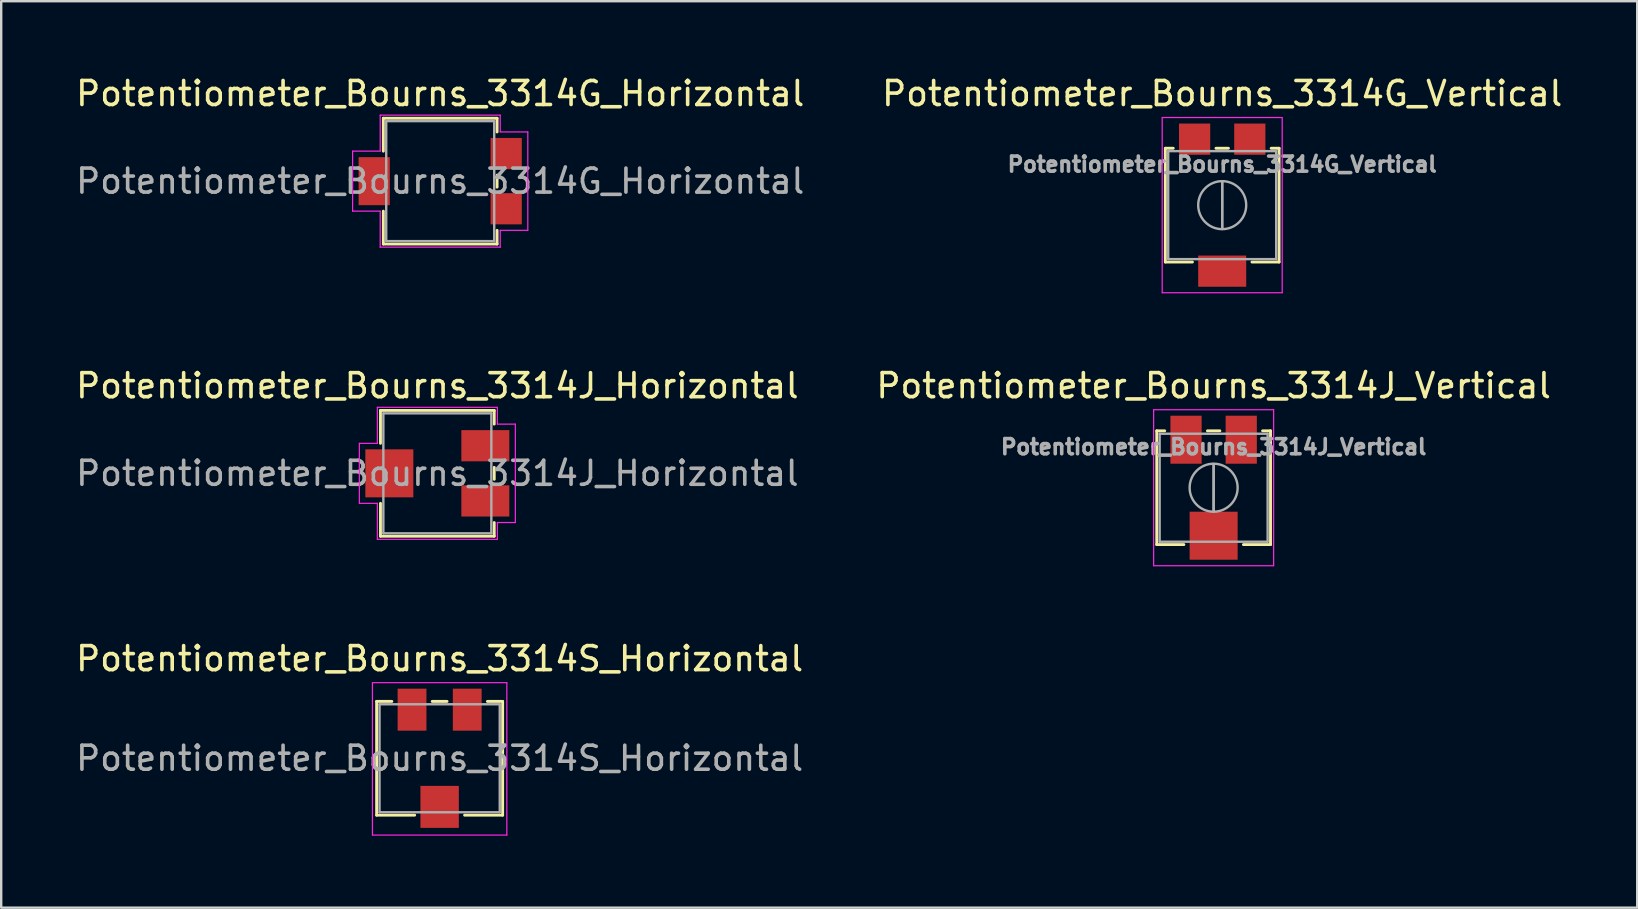
<source format=kicad_pcb>
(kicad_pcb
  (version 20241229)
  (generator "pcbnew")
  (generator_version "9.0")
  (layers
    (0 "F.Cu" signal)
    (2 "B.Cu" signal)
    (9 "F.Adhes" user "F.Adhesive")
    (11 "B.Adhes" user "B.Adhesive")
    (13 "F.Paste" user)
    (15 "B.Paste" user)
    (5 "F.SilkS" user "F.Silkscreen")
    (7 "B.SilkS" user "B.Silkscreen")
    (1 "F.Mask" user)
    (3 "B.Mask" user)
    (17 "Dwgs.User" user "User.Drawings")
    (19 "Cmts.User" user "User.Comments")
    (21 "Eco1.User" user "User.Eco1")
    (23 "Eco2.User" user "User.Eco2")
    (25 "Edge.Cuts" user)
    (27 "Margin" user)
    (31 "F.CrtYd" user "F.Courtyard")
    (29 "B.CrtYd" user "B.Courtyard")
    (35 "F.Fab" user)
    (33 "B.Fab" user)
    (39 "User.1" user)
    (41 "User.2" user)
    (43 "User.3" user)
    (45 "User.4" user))
  (footprint "Potentiometer_Bourns_3314G_Horizontal"
    (layer "F.Cu")
    (at 15.292 4.498)
    (property "Reference" "Potentiometer_Bourns_3314G_Horizontal" (at 0 -3.65 0) (layer "F.SilkS") (effects (font (size 1 1) (thickness 0.15))))
    (attr smd)
    (fp_line (start -2.37 -2.62) (end -2.37 -1.25) (stroke (width 0.12) (type solid)) (layer "F.SilkS"))
    (fp_line (start -2.37 -2.62) (end 2.37 -2.62) (stroke (width 0.12) (type solid)) (layer "F.SilkS"))
    (fp_line (start -2.37 1.25) (end -2.37 2.62) (stroke (width 0.12) (type solid)) (layer "F.SilkS"))
    (fp_line (start -2.37 2.62) (end 2.37 2.62) (stroke (width 0.12) (type solid)) (layer "F.SilkS"))
    (fp_line (start 2.37 -2.62) (end 2.37 -2.05) (stroke (width 0.12) (type solid)) (layer "F.SilkS"))
    (fp_line (start 2.37 -0.25) (end 2.37 0.25) (stroke (width 0.12) (type solid)) (layer "F.SilkS"))
    (fp_line (start 2.37 2.05) (end 2.37 2.62) (stroke (width 0.12) (type solid)) (layer "F.SilkS"))
    (fp_line (start -3.65 -1.25) (end -3.65 1.25) (stroke (width 0.05) (type solid)) (layer "F.CrtYd"))
    (fp_line (start -2.5 -1.25) (end -3.65 -1.25) (stroke (width 0.05) (type solid)) (layer "F.CrtYd"))
    (fp_line (start -2.5 -1.25) (end -2.5 -2.75) (stroke (width 0.05) (type solid)) (layer "F.CrtYd"))
    (fp_line (start -2.5 1.25) (end -3.65 1.25) (stroke (width 0.05) (type solid)) (layer "F.CrtYd"))
    (fp_line (start -2.5 2.75) (end -2.5 1.25) (stroke (width 0.05) (type solid)) (layer "F.CrtYd"))
    (fp_line (start -2.5 2.75) (end 2.5 2.75) (stroke (width 0.05) (type solid)) (layer "F.CrtYd"))
    (fp_line (start 2.5 -2.75) (end -2.5 -2.75) (stroke (width 0.05) (type solid)) (layer "F.CrtYd"))
    (fp_line (start 2.5 -2.05) (end 2.5 -2.75) (stroke (width 0.05) (type solid)) (layer "F.CrtYd"))
    (fp_line (start 2.5 2.75) (end 2.5 2.05) (stroke (width 0.05) (type solid)) (layer "F.CrtYd"))
    (fp_line (start 3.65 -2.05) (end 2.5 -2.05) (stroke (width 0.05) (type solid)) (layer "F.CrtYd"))
    (fp_line (start 3.65 2.05) (end 2.5 2.05) (stroke (width 0.05) (type solid)) (layer "F.CrtYd"))
    (fp_line (start 3.65 2.05) (end 3.65 -2.05) (stroke (width 0.05) (type solid)) (layer "F.CrtYd"))
    (fp_line (start -2.3 -0.24) (end -2.3 -0.24) (stroke (width 0.1) (type solid)) (layer "F.Fab"))
    (fp_line (start -2.25 -2.5) (end -2.25 2.5) (stroke (width 0.1) (type solid)) (layer "F.Fab"))
    (fp_line (start -2.25 2.5) (end 2.25 2.5) (stroke (width 0.1) (type solid)) (layer "F.Fab"))
    (fp_line (start 2.25 -2.5) (end -2.25 -2.5) (stroke (width 0.1) (type solid)) (layer "F.Fab"))
    (fp_line (start 2.25 2.5) (end 2.25 -2.5) (stroke (width 0.1) (type solid)) (layer "F.Fab"))
    (fp_text user "${REFERENCE}" (at 0 0 0) (layer "F.Fab") (effects (font (size 1 1) (thickness 0.15))))
    (pad "1" smd rect (at 2.75 -1.15) (size 1.3 1.3) (layers "F.Cu" "F.Mask" "F.Paste"))
    (pad "2" smd rect (at -2.75 0) (size 1.3 2) (layers "F.Cu" "F.Mask" "F.Paste"))
    (pad "3" smd rect (at 2.75 1.15) (size 1.3 1.3) (layers "F.Cu" "F.Mask" "F.Paste")))
  (footprint "Potentiometer_Bourns_3314J_Horizontal"
    (layer "F.Cu")
    (at 15.173 16.672)
    (property "Reference" "Potentiometer_Bourns_3314J_Horizontal" (at 0 -3.65 0) (layer "F.SilkS") (effects (font (size 1 1) (thickness 0.15))))
    (attr smd)
    (fp_line (start -2.37 -2.62) (end -2.37 -1.25) (stroke (width 0.12) (type solid)) (layer "F.SilkS"))
    (fp_line (start -2.37 -2.62) (end 2.37 -2.62) (stroke (width 0.12) (type solid)) (layer "F.SilkS"))
    (fp_line (start -2.37 1.25) (end -2.37 2.62) (stroke (width 0.12) (type solid)) (layer "F.SilkS"))
    (fp_line (start -2.37 2.62) (end 2.37 2.62) (stroke (width 0.12) (type solid)) (layer "F.SilkS"))
    (fp_line (start 2.37 -2.62) (end 2.37 -2.05) (stroke (width 0.12) (type solid)) (layer "F.SilkS"))
    (fp_line (start 2.37 -0.25) (end 2.37 0.25) (stroke (width 0.12) (type solid)) (layer "F.SilkS"))
    (fp_line (start 2.37 2.05) (end 2.37 2.62) (stroke (width 0.12) (type solid)) (layer "F.SilkS"))
    (fp_line (start -3.25 -1.25) (end -3.25 1.25) (stroke (width 0.05) (type solid)) (layer "F.CrtYd"))
    (fp_line (start -2.5 -1.25) (end -3.25 -1.25) (stroke (width 0.05) (type solid)) (layer "F.CrtYd"))
    (fp_line (start -2.5 -1.25) (end -2.5 -2.75) (stroke (width 0.05) (type solid)) (layer "F.CrtYd"))
    (fp_line (start -2.5 1.25) (end -3.25 1.25) (stroke (width 0.05) (type solid)) (layer "F.CrtYd"))
    (fp_line (start -2.5 2.75) (end -2.5 1.25) (stroke (width 0.05) (type solid)) (layer "F.CrtYd"))
    (fp_line (start -2.5 2.75) (end 2.5 2.75) (stroke (width 0.05) (type solid)) (layer "F.CrtYd"))
    (fp_line (start 2.5 -2.75) (end -2.5 -2.75) (stroke (width 0.05) (type solid)) (layer "F.CrtYd"))
    (fp_line (start 2.5 -2.05) (end 2.5 -2.75) (stroke (width 0.05) (type solid)) (layer "F.CrtYd"))
    (fp_line (start 2.5 2.75) (end 2.5 2.05) (stroke (width 0.05) (type solid)) (layer "F.CrtYd"))
    (fp_line (start 3.25 -2.05) (end 2.5 -2.05) (stroke (width 0.05) (type solid)) (layer "F.CrtYd"))
    (fp_line (start 3.25 2.05) (end 2.5 2.05) (stroke (width 0.05) (type solid)) (layer "F.CrtYd"))
    (fp_line (start 3.25 2.05) (end 3.25 -2.05) (stroke (width 0.05) (type solid)) (layer "F.CrtYd"))
    (fp_line (start -2.3 -0.24) (end -2.3 -0.24) (stroke (width 0.1) (type solid)) (layer "F.Fab"))
    (fp_line (start -2.25 -2.5) (end -2.25 2.5) (stroke (width 0.1) (type solid)) (layer "F.Fab"))
    (fp_line (start -2.25 2.5) (end 2.25 2.5) (stroke (width 0.1) (type solid)) (layer "F.Fab"))
    (fp_line (start 2.25 -2.5) (end -2.25 -2.5) (stroke (width 0.1) (type solid)) (layer "F.Fab"))
    (fp_line (start 2.25 2.5) (end 2.25 -2.5) (stroke (width 0.1) (type solid)) (layer "F.Fab"))
    (fp_text user "${REFERENCE}" (at 0 0 0) (layer "F.Fab") (effects (font (size 1 1) (thickness 0.15))))
    (pad "1" smd rect (at 2 -1.15) (size 2 1.3) (layers "F.Cu" "F.Mask" "F.Paste"))
    (pad "2" smd rect (at -2 0) (size 2 2) (layers "F.Cu" "F.Mask" "F.Paste"))
    (pad "3" smd rect (at 2 1.15) (size 2 1.3) (layers "F.Cu" "F.Mask" "F.Paste")))
  (footprint "Potentiometer_Bourns_3314G_Vertical"
    (layer "F.Cu")
    (at 47.875 5.498)
    (property "Reference" "Potentiometer_Bourns_3314G_Vertical" (at 0 -4.65 0) (layer "F.SilkS") (effects (font (size 1 1) (thickness 0.15))))
    (attr smd)
    (fp_line (start -2.37 -2.37) (end -2.37 2.37) (stroke (width 0.12) (type solid)) (layer "F.SilkS"))
    (fp_line (start -2.37 -2.37) (end -2.039 -2.37) (stroke (width 0.12) (type solid)) (layer "F.SilkS"))
    (fp_line (start -2.37 2.37) (end -1.24 2.37) (stroke (width 0.12) (type solid)) (layer "F.SilkS"))
    (fp_line (start -0.259 -2.37) (end 0.26 -2.37) (stroke (width 0.12) (type solid)) (layer "F.SilkS"))
    (fp_line (start 1.24 2.37) (end 2.37 2.37) (stroke (width 0.12) (type solid)) (layer "F.SilkS"))
    (fp_line (start 2.04 -2.37) (end 2.37 -2.37) (stroke (width 0.12) (type solid)) (layer "F.SilkS"))
    (fp_line (start 2.37 -2.37) (end 2.37 2.37) (stroke (width 0.12) (type solid)) (layer "F.SilkS"))
    (fp_line (start -2.5 -3.65) (end -2.5 3.65) (stroke (width 0.05) (type solid)) (layer "F.CrtYd"))
    (fp_line (start -2.5 3.65) (end 2.5 3.65) (stroke (width 0.05) (type solid)) (layer "F.CrtYd"))
    (fp_line (start 2.5 -3.65) (end -2.5 -3.65) (stroke (width 0.05) (type solid)) (layer "F.CrtYd"))
    (fp_line (start 2.5 3.65) (end 2.5 -3.65) (stroke (width 0.05) (type solid)) (layer "F.CrtYd"))
    (fp_line (start -2.25 -2.25) (end -2.25 2.25) (stroke (width 0.1) (type solid)) (layer "F.Fab"))
    (fp_line (start -2.25 2.25) (end 2.25 2.25) (stroke (width 0.1) (type solid)) (layer "F.Fab"))
    (fp_line (start 0 0.99) (end 0.001 -0.989) (stroke (width 0.1) (type solid)) (layer "F.Fab"))
    (fp_line (start 0 0.99) (end 0.001 -0.989) (stroke (width 0.1) (type solid)) (layer "F.Fab"))
    (fp_line (start 2.25 -2.25) (end -2.25 -2.25) (stroke (width 0.1) (type solid)) (layer "F.Fab"))
    (fp_line (start 2.25 2.25) (end 2.25 -2.25) (stroke (width 0.1) (type solid)) (layer "F.Fab"))
    (fp_circle (center 0 0) (end 1 0) (stroke (width 0.1) (type solid)) (fill no) (layer "F.Fab"))
    (fp_text user "${REFERENCE}" (at 0 -1.7 0) (layer "F.Fab") (effects (font (size 0.63 0.63) (thickness 0.15))))
    (pad "1" smd rect (at 1.15 -2.75) (size 1.3 1.3) (layers "F.Cu" "F.Mask" "F.Paste"))
    (pad "2" smd rect (at 0 2.75) (size 2 1.3) (layers "F.Cu" "F.Mask" "F.Paste"))
    (pad "3" smd rect (at -1.15 -2.75) (size 1.3 1.3) (layers "F.Cu" "F.Mask" "F.Paste")))
  (footprint "Potentiometer_Bourns_3314J_Vertical"
    (layer "F.Cu")
    (at 47.518 17.271)
    (property "Reference" "Potentiometer_Bourns_3314J_Vertical" (at 0 -4.25 0) (layer "F.SilkS") (effects (font (size 1 1) (thickness 0.15))))
    (attr smd)
    (fp_line (start -2.37 -2.37) (end -2.37 2.37) (stroke (width 0.12) (type solid)) (layer "F.SilkS"))
    (fp_line (start -2.37 -2.37) (end -2.039 -2.37) (stroke (width 0.12) (type solid)) (layer "F.SilkS"))
    (fp_line (start -2.37 2.37) (end -1.24 2.37) (stroke (width 0.12) (type solid)) (layer "F.SilkS"))
    (fp_line (start -0.259 -2.37) (end 0.26 -2.37) (stroke (width 0.12) (type solid)) (layer "F.SilkS"))
    (fp_line (start 1.24 2.37) (end 2.37 2.37) (stroke (width 0.12) (type solid)) (layer "F.SilkS"))
    (fp_line (start 2.04 -2.37) (end 2.37 -2.37) (stroke (width 0.12) (type solid)) (layer "F.SilkS"))
    (fp_line (start 2.37 -2.37) (end 2.37 2.37) (stroke (width 0.12) (type solid)) (layer "F.SilkS"))
    (fp_line (start -2.5 -3.25) (end -2.5 3.25) (stroke (width 0.05) (type solid)) (layer "F.CrtYd"))
    (fp_line (start -2.5 3.25) (end 2.5 3.25) (stroke (width 0.05) (type solid)) (layer "F.CrtYd"))
    (fp_line (start 2.5 -3.25) (end -2.5 -3.25) (stroke (width 0.05) (type solid)) (layer "F.CrtYd"))
    (fp_line (start 2.5 3.25) (end 2.5 -3.25) (stroke (width 0.05) (type solid)) (layer "F.CrtYd"))
    (fp_line (start -2.25 -2.25) (end -2.25 2.25) (stroke (width 0.1) (type solid)) (layer "F.Fab"))
    (fp_line (start -2.25 2.25) (end 2.25 2.25) (stroke (width 0.1) (type solid)) (layer "F.Fab"))
    (fp_line (start 0 0.99) (end 0.001 -0.989) (stroke (width 0.1) (type solid)) (layer "F.Fab"))
    (fp_line (start 0 0.99) (end 0.001 -0.989) (stroke (width 0.1) (type solid)) (layer "F.Fab"))
    (fp_line (start 2.25 -2.25) (end -2.25 -2.25) (stroke (width 0.1) (type solid)) (layer "F.Fab"))
    (fp_line (start 2.25 2.25) (end 2.25 -2.25) (stroke (width 0.1) (type solid)) (layer "F.Fab"))
    (fp_circle (center 0 0) (end 1 0) (stroke (width 0.1) (type solid)) (fill no) (layer "F.Fab"))
    (fp_text user "${REFERENCE}" (at 0 -1.7 0) (layer "F.Fab") (effects (font (size 0.63 0.63) (thickness 0.15))))
    (pad "1" smd rect (at 1.15 -2) (size 1.3 2) (layers "F.Cu" "F.Mask" "F.Paste"))
    (pad "2" smd rect (at 0 2) (size 2 2) (layers "F.Cu" "F.Mask" "F.Paste"))
    (pad "3" smd rect (at -1.15 -2) (size 1.3 2) (layers "F.Cu" "F.Mask" "F.Paste")))
  (footprint "Potentiometer_Bourns_3314S_Horizontal"
    (layer "F.Cu")
    (at 15.268 28.545)
    (property "Reference" "Potentiometer_Bourns_3314S_Horizontal" (at 0 -4.15 0) (layer "F.SilkS") (effects (font (size 1 1) (thickness 0.15))))
    (attr smd)
    (fp_line (start -2.625 -2.37) (end -2.625 2.37) (stroke (width 0.12) (type solid)) (layer "F.SilkS"))
    (fp_line (start -2.625 -2.37) (end -1.99 -2.37) (stroke (width 0.12) (type solid)) (layer "F.SilkS"))
    (fp_line (start -2.625 2.37) (end -1.04 2.37) (stroke (width 0.12) (type solid)) (layer "F.SilkS"))
    (fp_line (start -0.31 -2.37) (end 0.31 -2.37) (stroke (width 0.12) (type solid)) (layer "F.SilkS"))
    (fp_line (start 1.04 2.37) (end 2.625 2.37) (stroke (width 0.12) (type solid)) (layer "F.SilkS"))
    (fp_line (start 1.99 -2.37) (end 2.625 -2.37) (stroke (width 0.12) (type solid)) (layer "F.SilkS"))
    (fp_line (start 2.625 -2.37) (end 2.625 2.37) (stroke (width 0.12) (type solid)) (layer "F.SilkS"))
    (fp_line (start -2.8 -3.15) (end -2.8 3.2) (stroke (width 0.05) (type solid)) (layer "F.CrtYd"))
    (fp_line (start -2.8 3.2) (end 2.8 3.2) (stroke (width 0.05) (type solid)) (layer "F.CrtYd"))
    (fp_line (start 2.8 -3.15) (end -2.8 -3.15) (stroke (width 0.05) (type solid)) (layer "F.CrtYd"))
    (fp_line (start 2.8 3.2) (end 2.8 -3.15) (stroke (width 0.05) (type solid)) (layer "F.CrtYd"))
    (fp_line (start -2.505 -2.25) (end -2.505 2.25) (stroke (width 0.1) (type solid)) (layer "F.Fab"))
    (fp_line (start -2.505 2.25) (end 2.505 2.25) (stroke (width 0.1) (type solid)) (layer "F.Fab"))
    (fp_line (start 2.505 -2.25) (end -2.505 -2.25) (stroke (width 0.1) (type solid)) (layer "F.Fab"))
    (fp_line (start 2.505 2.25) (end 2.505 -2.25) (stroke (width 0.1) (type solid)) (layer "F.Fab"))
    (fp_text user "${REFERENCE}" (at 0 0 0) (layer "F.Fab") (effects (font (size 1 1) (thickness 0.15))))
    (pad "1" smd rect (at 1.15 -2.025) (size 1.2 1.75) (layers "F.Cu" "F.Mask" "F.Paste"))
    (pad "2" smd rect (at 0 2.025) (size 1.6 1.75) (layers "F.Cu" "F.Mask" "F.Paste"))
    (pad "3" smd rect (at -1.15 -2.025) (size 1.2 1.75) (layers "F.Cu" "F.Mask" "F.Paste")))
  (gr_rect
    (start -3 -3)
    (end 65.167 34.77)
    (stroke (width 0.1) (type default))
    (fill no)
    (layer "Edge.Cuts")))
</source>
